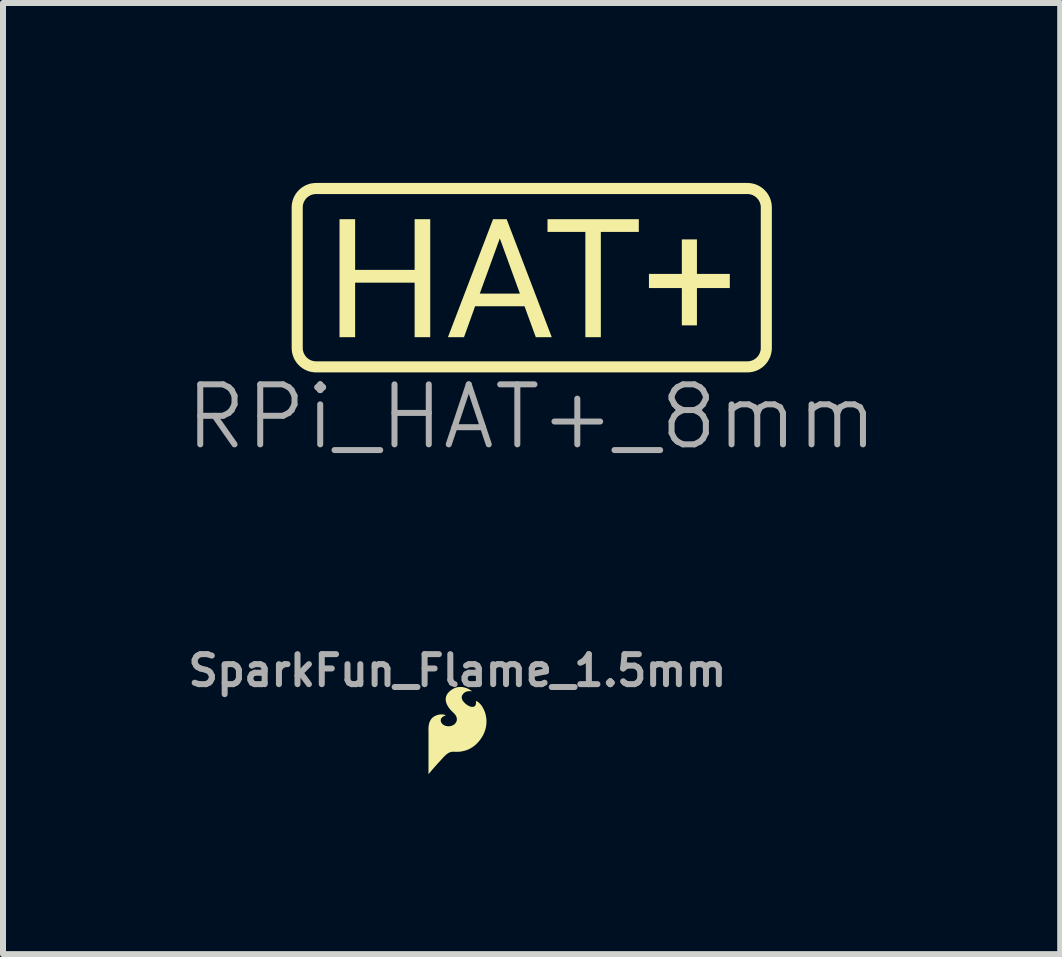
<source format=kicad_pcb>
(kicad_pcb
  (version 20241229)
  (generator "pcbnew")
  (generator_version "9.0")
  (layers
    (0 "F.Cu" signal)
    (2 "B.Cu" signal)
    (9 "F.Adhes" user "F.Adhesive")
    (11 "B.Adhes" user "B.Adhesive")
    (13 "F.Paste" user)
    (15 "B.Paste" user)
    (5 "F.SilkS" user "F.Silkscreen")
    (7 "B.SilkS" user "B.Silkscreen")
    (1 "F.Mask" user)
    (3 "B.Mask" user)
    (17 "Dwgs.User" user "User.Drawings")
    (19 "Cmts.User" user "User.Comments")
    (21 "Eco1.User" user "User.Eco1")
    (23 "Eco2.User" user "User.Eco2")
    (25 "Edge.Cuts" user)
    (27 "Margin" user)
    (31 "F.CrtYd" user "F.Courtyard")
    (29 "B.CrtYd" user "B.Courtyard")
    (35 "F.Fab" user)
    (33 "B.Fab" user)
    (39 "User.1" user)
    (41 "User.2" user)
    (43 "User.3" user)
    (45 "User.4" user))
  (footprint "SparkFun_Flame_1.5mm"
    (layer "F.Cu")
    (at 4.576 9.129)
    (property "Reference" "SparkFun_Flame_1.5mm" (at 0 -1 0) (layer "F.Fab") (effects (font (size 0.5 0.5) (thickness 0.1))))
    (attr board_only exclude_from_pos_files exclude_from_bom)
    (fp_poly (pts (xy 0.059 -0.727) (xy 0.074 -0.726) (xy 0.087 -0.725) (xy 0.101 -0.722) (xy 0.114 -0.719) (xy 0.127 -0.716) (xy 0.139 -0.712) (xy 0.151 -0.708) (xy 0.162 -0.703) (xy 0.173 -0.698) (xy 0.183 -0.694) (xy 0.201 -0.684) (xy 0.216 -0.674) (xy 0.228 -0.666) (xy 0.237 -0.659) (xy 0.245 -0.653) (xy 0.241 -0.654) (xy 0.23 -0.656) (xy 0.222 -0.657) (xy 0.213 -0.657) (xy 0.203 -0.658) (xy 0.193 -0.657) (xy 0.181 -0.656) (xy 0.169 -0.655) (xy 0.157 -0.652) (xy 0.151 -0.65) (xy 0.145 -0.648) (xy 0.139 -0.645) (xy 0.133 -0.642) (xy 0.127 -0.639) (xy 0.121 -0.636) (xy 0.116 -0.632) (xy 0.11 -0.627) (xy 0.105 -0.622) (xy 0.1 -0.617) (xy 0.093 -0.61) (xy 0.088 -0.602) (xy 0.083 -0.594) (xy 0.079 -0.587) (xy 0.077 -0.583) (xy 0.076 -0.579) (xy 0.074 -0.575) (xy 0.073 -0.571) (xy 0.073 -0.567) (xy 0.072 -0.562) (xy 0.072 -0.558) (xy 0.071 -0.554) (xy 0.072 -0.55) (xy 0.072 -0.545) (xy 0.072 -0.541) (xy 0.073 -0.536) (xy 0.074 -0.532) (xy 0.076 -0.527) (xy 0.077 -0.523) (xy 0.079 -0.518) (xy 0.081 -0.513) (xy 0.084 -0.508) (xy 0.086 -0.503) (xy 0.089 -0.499) (xy 0.093 -0.494) (xy 0.096 -0.488) (xy 0.104 -0.478) (xy 0.112 -0.47) (xy 0.12 -0.461) (xy 0.129 -0.453) (xy 0.138 -0.445) (xy 0.148 -0.437) (xy 0.158 -0.43) (xy 0.169 -0.423) (xy 0.179 -0.417) (xy 0.19 -0.411) (xy 0.201 -0.406) (xy 0.212 -0.402) (xy 0.222 -0.399) (xy 0.233 -0.396) (xy 0.238 -0.395) (xy 0.243 -0.395) (xy 0.248 -0.395) (xy 0.252 -0.395) (xy 0.257 -0.395) (xy 0.261 -0.396) (xy 0.267 -0.397) (xy 0.272 -0.399) (xy 0.277 -0.401) (xy 0.282 -0.403) (xy 0.286 -0.406) (xy 0.29 -0.409) (xy 0.293 -0.413) (xy 0.296 -0.416) (xy 0.298 -0.42) (xy 0.301 -0.424) (xy 0.303 -0.428) (xy 0.304 -0.432) (xy 0.306 -0.437) (xy 0.307 -0.441) (xy 0.308 -0.445) (xy 0.308 -0.45) (xy 0.309 -0.458) (xy 0.309 -0.467) (xy 0.309 -0.474) (xy 0.308 -0.481) (xy 0.308 -0.487) (xy 0.307 -0.491) (xy 0.306 -0.495) (xy 0.318 -0.49) (xy 0.33 -0.484) (xy 0.343 -0.476) (xy 0.355 -0.467) (xy 0.378 -0.445) (xy 0.401 -0.418) (xy 0.421 -0.387) (xy 0.44 -0.351) (xy 0.456 -0.312) (xy 0.469 -0.27) (xy 0.478 -0.224) (xy 0.481 -0.201) (xy 0.483 -0.177) (xy 0.484 -0.152) (xy 0.483 -0.127) (xy 0.481 -0.102) (xy 0.478 -0.077) (xy 0.473 -0.051) (xy 0.467 -0.025) (xy 0.459 0.001) (xy 0.449 0.028) (xy 0.438 0.054) (xy 0.425 0.08) (xy 0.41 0.106) (xy 0.393 0.132) (xy 0.374 0.159) (xy 0.354 0.183) (xy 0.332 0.207) (xy 0.31 0.229) (xy 0.286 0.25) (xy 0.261 0.269) (xy 0.235 0.286) (xy 0.208 0.301) (xy 0.18 0.315) (xy 0.15 0.327) (xy 0.119 0.336) (xy 0.087 0.344) (xy 0.054 0.35) (xy 0.019 0.353) (xy -0.017 0.354) (xy -0.054 0.353) (xy -0.064 0.353) (xy -0.073 0.352) (xy -0.082 0.353) (xy -0.091 0.354) (xy -0.1 0.355) (xy -0.108 0.357) (xy -0.117 0.359) (xy -0.125 0.362) (xy -0.132 0.365) (xy -0.14 0.368) (xy -0.148 0.372) (xy -0.155 0.376) (xy -0.169 0.386) (xy -0.184 0.397) (xy -0.198 0.41) (xy -0.213 0.424) (xy -0.227 0.439) (xy -0.243 0.455) (xy -0.312 0.531) (xy -0.346 0.568) (xy -0.378 0.604) (xy -0.407 0.637) (xy -0.432 0.666) (xy -0.453 0.691) (xy -0.47 0.711) (xy -0.483 0.727) (xy -0.483 -0.005) (xy -0.484 -0.02) (xy -0.484 -0.034) (xy -0.483 -0.047) (xy -0.482 -0.06) (xy -0.481 -0.072) (xy -0.479 -0.084) (xy -0.477 -0.096) (xy -0.475 -0.107) (xy -0.473 -0.117) (xy -0.47 -0.127) (xy -0.467 -0.137) (xy -0.463 -0.146) (xy -0.459 -0.155) (xy -0.455 -0.163) (xy -0.451 -0.171) (xy -0.447 -0.178) (xy -0.442 -0.186) (xy -0.437 -0.192) (xy -0.432 -0.199) (xy -0.426 -0.205) (xy -0.421 -0.211) (xy -0.415 -0.216) (xy -0.409 -0.221) (xy -0.403 -0.226) (xy -0.397 -0.23) (xy -0.39 -0.235) (xy -0.384 -0.239) (xy -0.377 -0.242) (xy -0.363 -0.249) (xy -0.349 -0.255) (xy -0.341 -0.258) (xy -0.333 -0.26) (xy -0.326 -0.262) (xy -0.318 -0.264) (xy -0.31 -0.266) (xy -0.303 -0.267) (xy -0.296 -0.268) (xy -0.289 -0.269) (xy -0.282 -0.269) (xy -0.275 -0.27) (xy -0.268 -0.27) (xy -0.262 -0.27) (xy -0.256 -0.27) (xy -0.25 -0.269) (xy -0.239 -0.268) (xy -0.228 -0.267) (xy -0.219 -0.265) (xy -0.211 -0.263) (xy -0.205 -0.262) (xy -0.199 -0.26) (xy -0.195 -0.259) (xy -0.192 -0.258) (xy -0.202 -0.253) (xy -0.213 -0.248) (xy -0.219 -0.245) (xy -0.226 -0.242) (xy -0.232 -0.238) (xy -0.239 -0.233) (xy -0.246 -0.228) (xy -0.253 -0.223) (xy -0.259 -0.217) (xy -0.262 -0.214) (xy -0.264 -0.211) (xy -0.267 -0.208) (xy -0.269 -0.205) (xy -0.271 -0.201) (xy -0.273 -0.198) (xy -0.275 -0.194) (xy -0.276 -0.19) (xy -0.277 -0.185) (xy -0.278 -0.181) (xy -0.279 -0.176) (xy -0.279 -0.171) (xy -0.279 -0.167) (xy -0.278 -0.162) (xy -0.277 -0.157) (xy -0.276 -0.152) (xy -0.275 -0.147) (xy -0.273 -0.143) (xy -0.271 -0.138) (xy -0.268 -0.133) (xy -0.266 -0.128) (xy -0.262 -0.124) (xy -0.259 -0.119) (xy -0.255 -0.115) (xy -0.251 -0.11) (xy -0.247 -0.106) (xy -0.242 -0.102) (xy -0.237 -0.099) (xy -0.232 -0.095) (xy -0.227 -0.092) (xy -0.221 -0.088) (xy -0.214 -0.085) (xy -0.208 -0.083) (xy -0.201 -0.08) (xy -0.194 -0.078) (xy -0.186 -0.076) (xy -0.179 -0.075) (xy -0.171 -0.073) (xy -0.159 -0.072) (xy -0.147 -0.072) (xy -0.136 -0.072) (xy -0.124 -0.074) (xy -0.113 -0.076) (xy -0.103 -0.078) (xy -0.093 -0.082) (xy -0.083 -0.086) (xy -0.074 -0.09) (xy -0.065 -0.095) (xy -0.056 -0.101) (xy -0.049 -0.107) (xy -0.042 -0.114) (xy -0.035 -0.121) (xy -0.029 -0.129) (xy -0.024 -0.137) (xy -0.02 -0.145) (xy -0.016 -0.154) (xy -0.013 -0.163) (xy -0.011 -0.172) (xy -0.01 -0.182) (xy -0.01 -0.192) (xy -0.011 -0.202) (xy -0.013 -0.213) (xy -0.016 -0.223) (xy -0.02 -0.234) (xy -0.025 -0.245) (xy -0.031 -0.255) (xy -0.039 -0.266) (xy -0.047 -0.277) (xy -0.057 -0.288) (xy -0.069 -0.299) (xy -0.094 -0.323) (xy -0.117 -0.347) (xy -0.127 -0.36) (xy -0.137 -0.372) (xy -0.146 -0.385) (xy -0.154 -0.397) (xy -0.162 -0.41) (xy -0.169 -0.422) (xy -0.175 -0.435) (xy -0.181 -0.447) (xy -0.185 -0.46) (xy -0.189 -0.472) (xy -0.192 -0.485) (xy -0.194 -0.497) (xy -0.196 -0.509) (xy -0.196 -0.522) (xy -0.196 -0.534) (xy -0.194 -0.546) (xy -0.192 -0.558) (xy -0.189 -0.57) (xy -0.184 -0.581) (xy -0.179 -0.593) (xy -0.173 -0.605) (xy -0.165 -0.616) (xy -0.157 -0.627) (xy -0.147 -0.638) (xy -0.137 -0.649) (xy -0.125 -0.659) (xy -0.112 -0.67) (xy -0.098 -0.68) (xy -0.082 -0.691) (xy -0.065 -0.7) (xy -0.049 -0.707) (xy -0.033 -0.714) (xy -0.017 -0.719) (xy -0.001 -0.722) (xy 0.014 -0.725) (xy 0.029 -0.727) (xy 0.044 -0.727)) (stroke (width -0.000001) (type solid)) (fill yes) (layer "F.SilkS")))
  (footprint "RPi_HAT+_8mm"
    (layer "F.Cu")
    (at 5.812 1.55)
    (property "Reference" "RPi_HAT+_8mm" (at 0 2.35 0) (unlocked yes) (layer "F.Fab") (effects (font (size 1 1) (thickness 0.1))))
    (attr board_only exclude_from_pos_files exclude_from_bom)
    (fp_poly (pts (xy 1.787 -0.734) (xy 1.154 -0.734) (xy 1.154 1.021) (xy 0.896 1.021) (xy 0.896 -0.734) (xy 0.265 -0.734) (xy 0.265 -0.946) (xy 1.787 -0.946)) (stroke (width -0.000001) (type solid)) (fill yes) (layer "F.SilkS"))
    (fp_poly (pts (xy -2.942 -0.101) (xy -1.95 -0.101) (xy -1.95 -0.946) (xy -1.69 -0.946) (xy -1.69 1.021) (xy -1.95 1.021) (xy -1.95 0.112) (xy -2.942 0.112) (xy -2.942 1.021) (xy -3.202 1.021) (xy -3.202 -0.946) (xy -2.942 -0.946)) (stroke (width -0.000001) (type solid)) (fill yes) (layer "F.SilkS"))
    (fp_poly (pts (xy 2.756 -0.034) (xy 3.304 -0.034) (xy 3.304 0.202) (xy 2.756 0.202) (xy 2.756 0.824) (xy 2.504 0.824) (xy 2.504 0.202) (xy 1.956 0.202) (xy 1.956 -0.034) (xy 2.504 -0.034) (xy 2.504 -0.609) (xy 2.756 -0.609)) (stroke (width -0.000001) (type solid)) (fill yes) (layer "F.SilkS"))
    (fp_poly (pts (xy 0.336 1.021) (xy 0.07 1.021) (xy -0.118 0.506) (xy -0.942 0.506) (xy -1.127 1.021) (xy -1.395 1.021) (xy -1.117 0.294) (xy -0.864 0.294) (xy -0.195 0.294) (xy -0.53 -0.626) (xy -0.864 0.294) (xy -1.117 0.294) (xy -0.643 -0.946) (xy -0.416 -0.946)) (stroke (width -0.000001) (type solid)) (fill yes) (layer "F.SilkS"))
    (fp_poly (pts (xy 3.617 -1.549) (xy 3.638 -1.548) (xy 3.658 -1.545) (xy 3.679 -1.542) (xy 3.698 -1.537) (xy 3.718 -1.532) (xy 3.737 -1.525) (xy 3.755 -1.518) (xy 3.773 -1.51) (xy 3.791 -1.501) (xy 3.808 -1.491) (xy 3.825 -1.48) (xy 3.841 -1.469) (xy 3.856 -1.457) (xy 3.871 -1.444) (xy 3.885 -1.43) (xy 3.899 -1.416) (xy 3.911 -1.401) (xy 3.924 -1.386) (xy 3.935 -1.37) (xy 3.946 -1.353) (xy 3.955 -1.336) (xy 3.964 -1.319) (xy 3.973 -1.301) (xy 3.98 -1.282) (xy 3.986 -1.263) (xy 3.992 -1.244) (xy 3.996 -1.224) (xy 4 -1.204) (xy 4.003 -1.183) (xy 4.004 -1.163) (xy 4.005 -1.142) (xy 4.005 1.199) (xy 4.004 1.22) (xy 4.003 1.241) (xy 4 1.262) (xy 3.996 1.282) (xy 3.992 1.301) (xy 3.986 1.321) (xy 3.98 1.34) (xy 3.973 1.358) (xy 3.964 1.376) (xy 3.955 1.394) (xy 3.946 1.411) (xy 3.935 1.428) (xy 3.924 1.444) (xy 3.911 1.459) (xy 3.899 1.474) (xy 3.885 1.488) (xy 3.871 1.502) (xy 3.856 1.515) (xy 3.841 1.527) (xy 3.825 1.538) (xy 3.808 1.549) (xy 3.791 1.559) (xy 3.773 1.568) (xy 3.755 1.576) (xy 3.737 1.583) (xy 3.718 1.59) (xy 3.698 1.595) (xy 3.679 1.6) (xy 3.658 1.603) (xy 3.638 1.606) (xy 3.617 1.607) (xy 3.596 1.608) (xy -3.592 1.608) (xy -3.613 1.607) (xy -3.633 1.606) (xy -3.654 1.603) (xy -3.674 1.6) (xy -3.694 1.595) (xy -3.713 1.59) (xy -3.732 1.583) (xy -3.751 1.576) (xy -3.769 1.568) (xy -3.786 1.559) (xy -3.803 1.549) (xy -3.82 1.538) (xy -3.836 1.527) (xy -3.851 1.515) (xy -3.866 1.502) (xy -3.88 1.488) (xy -3.894 1.474) (xy -3.907 1.459) (xy -3.919 1.444) (xy -3.93 1.428) (xy -3.941 1.411) (xy -3.951 1.394) (xy -3.96 1.376) (xy -3.968 1.358) (xy -3.975 1.34) (xy -3.982 1.321) (xy -3.987 1.301) (xy -3.992 1.282) (xy -3.995 1.262) (xy -3.998 1.241) (xy -3.999 1.22) (xy -4 1.199) (xy -4 -1.142) (xy -3.815 -1.142) (xy -3.815 1.199) (xy -3.815 1.211) (xy -3.814 1.222) (xy -3.813 1.233) (xy -3.811 1.244) (xy -3.808 1.255) (xy -3.805 1.266) (xy -3.802 1.276) (xy -3.798 1.286) (xy -3.793 1.296) (xy -3.788 1.306) (xy -3.783 1.315) (xy -3.777 1.324) (xy -3.771 1.333) (xy -3.764 1.342) (xy -3.757 1.35) (xy -3.75 1.358) (xy -3.742 1.365) (xy -3.734 1.372) (xy -3.725 1.379) (xy -3.717 1.385) (xy -3.708 1.391) (xy -3.698 1.396) (xy -3.689 1.401) (xy -3.679 1.406) (xy -3.668 1.41) (xy -3.658 1.413) (xy -3.647 1.416) (xy -3.637 1.419) (xy -3.626 1.421) (xy -3.614 1.422) (xy -3.603 1.423) (xy -3.592 1.423) (xy 3.596 1.423) (xy 3.608 1.423) (xy 3.619 1.422) (xy 3.63 1.421) (xy 3.641 1.419) (xy 3.652 1.416) (xy 3.663 1.413) (xy 3.673 1.41) (xy 3.683 1.406) (xy 3.693 1.401) (xy 3.703 1.396) (xy 3.712 1.391) (xy 3.721 1.385) (xy 3.73 1.379) (xy 3.739 1.372) (xy 3.747 1.365) (xy 3.754 1.358) (xy 3.762 1.35) (xy 3.769 1.342) (xy 3.776 1.333) (xy 3.782 1.324) (xy 3.788 1.315) (xy 3.793 1.306) (xy 3.798 1.296) (xy 3.803 1.286) (xy 3.807 1.276) (xy 3.81 1.266) (xy 3.813 1.255) (xy 3.816 1.244) (xy 3.818 1.233) (xy 3.819 1.222) (xy 3.82 1.211) (xy 3.82 1.199) (xy 3.82 -1.142) (xy 3.82 -1.153) (xy 3.819 -1.164) (xy 3.818 -1.176) (xy 3.816 -1.187) (xy 3.813 -1.197) (xy 3.81 -1.208) (xy 3.807 -1.218) (xy 3.803 -1.229) (xy 3.798 -1.239) (xy 3.793 -1.248) (xy 3.788 -1.258) (xy 3.782 -1.267) (xy 3.776 -1.275) (xy 3.769 -1.284) (xy 3.762 -1.292) (xy 3.754 -1.3) (xy 3.747 -1.307) (xy 3.739 -1.314) (xy 3.73 -1.321) (xy 3.721 -1.327) (xy 3.712 -1.333) (xy 3.703 -1.338) (xy 3.693 -1.343) (xy 3.683 -1.348) (xy 3.673 -1.352) (xy 3.663 -1.355) (xy 3.652 -1.358) (xy 3.641 -1.361) (xy 3.63 -1.363) (xy 3.619 -1.364) (xy 3.608 -1.365) (xy 3.596 -1.365) (xy -3.592 -1.365) (xy -3.603 -1.365) (xy -3.614 -1.364) (xy -3.626 -1.363) (xy -3.637 -1.361) (xy -3.647 -1.358) (xy -3.658 -1.355) (xy -3.668 -1.352) (xy -3.679 -1.348) (xy -3.689 -1.343) (xy -3.698 -1.338) (xy -3.708 -1.333) (xy -3.717 -1.327) (xy -3.725 -1.321) (xy -3.734 -1.314) (xy -3.742 -1.307) (xy -3.75 -1.3) (xy -3.757 -1.292) (xy -3.764 -1.284) (xy -3.771 -1.275) (xy -3.777 -1.267) (xy -3.783 -1.258) (xy -3.788 -1.248) (xy -3.793 -1.239) (xy -3.798 -1.229) (xy -3.802 -1.218) (xy -3.805 -1.208) (xy -3.808 -1.197) (xy -3.811 -1.187) (xy -3.813 -1.176) (xy -3.814 -1.164) (xy -3.815 -1.153) (xy -3.815 -1.142) (xy -4 -1.142) (xy -3.999 -1.163) (xy -3.998 -1.183) (xy -3.995 -1.204) (xy -3.992 -1.224) (xy -3.987 -1.244) (xy -3.982 -1.263) (xy -3.975 -1.282) (xy -3.968 -1.301) (xy -3.96 -1.319) (xy -3.951 -1.336) (xy -3.941 -1.353) (xy -3.93 -1.37) (xy -3.919 -1.386) (xy -3.907 -1.401) (xy -3.894 -1.416) (xy -3.88 -1.43) (xy -3.866 -1.444) (xy -3.851 -1.457) (xy -3.836 -1.469) (xy -3.82 -1.48) (xy -3.803 -1.491) (xy -3.786 -1.501) (xy -3.769 -1.51) (xy -3.751 -1.518) (xy -3.732 -1.525) (xy -3.713 -1.532) (xy -3.694 -1.537) (xy -3.674 -1.542) (xy -3.654 -1.545) (xy -3.633 -1.548) (xy -3.613 -1.549) (xy -3.592 -1.55) (xy 3.596 -1.55)) (stroke (width -0.000001) (type solid)) (fill yes) (layer "F.SilkS")))
  (gr_rect
    (start -3 -3)
    (end 14.624 12.856)
    (stroke (width 0.1) (type default))
    (fill no)
    (layer "Edge.Cuts")))
</source>
